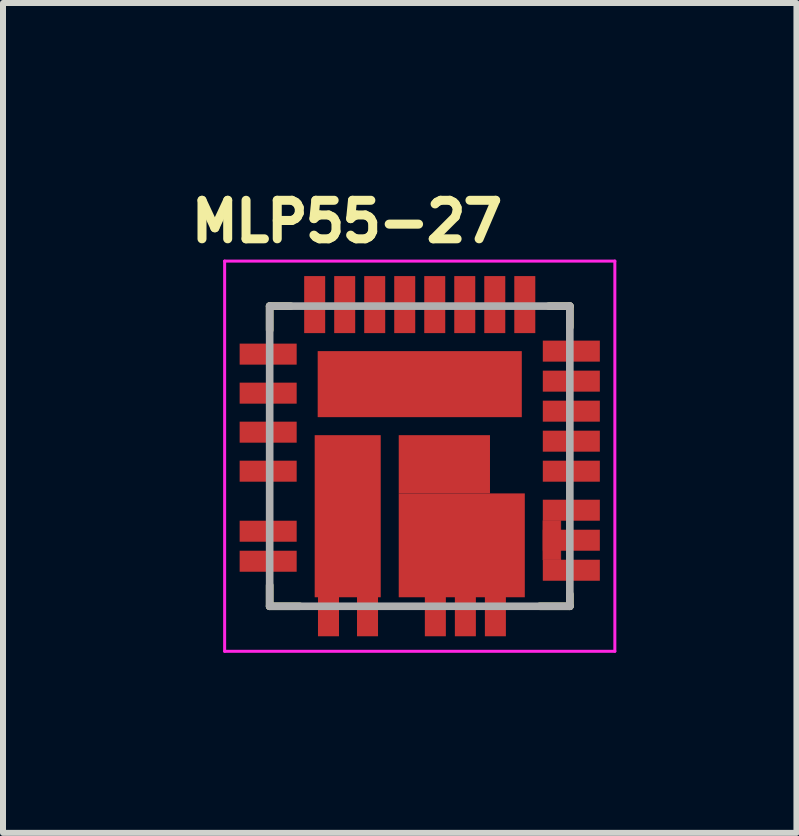
<source format=kicad_pcb>
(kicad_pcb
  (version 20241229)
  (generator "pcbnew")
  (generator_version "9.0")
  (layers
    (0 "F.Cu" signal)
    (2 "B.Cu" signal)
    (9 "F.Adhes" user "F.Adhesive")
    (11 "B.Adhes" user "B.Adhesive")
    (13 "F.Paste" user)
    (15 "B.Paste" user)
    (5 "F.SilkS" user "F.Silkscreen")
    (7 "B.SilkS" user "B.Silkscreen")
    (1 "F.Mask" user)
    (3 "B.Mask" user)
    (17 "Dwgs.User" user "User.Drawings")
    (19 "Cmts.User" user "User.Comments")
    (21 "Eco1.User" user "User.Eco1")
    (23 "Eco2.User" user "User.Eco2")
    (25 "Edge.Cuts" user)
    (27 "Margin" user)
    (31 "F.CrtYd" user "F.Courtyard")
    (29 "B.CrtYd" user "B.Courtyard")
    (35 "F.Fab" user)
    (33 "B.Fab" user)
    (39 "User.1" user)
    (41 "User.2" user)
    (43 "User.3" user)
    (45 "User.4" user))
  (footprint "MLP55-27"
    (layer "F.Cu")
    (at 3.942 4.549)
    (property "Reference" "MLP55-27" (at -1.212 -3.91 0) (layer "F.SilkS") (effects (font (size 0.642 0.642) (thickness 0.15))))
    (attr smd)
    (fp_poly (pts (xy 2.052 1.075) (xy 2.35 1.075) (xy 2.35 1.727) (xy 2.052 1.727)) (stroke (width 0.01) (type solid)) (fill yes) (layer "F.Cu"))
    (fp_poly (pts (xy 1.952 1.05) (xy 2.4 1.05) (xy 2.4 2.004) (xy 1.952 2.004)) (stroke (width 0.01) (type solid)) (fill yes) (layer "F.Mask"))
    (fp_line (start -2.5 -2.5) (end -2.15 -2.5) (stroke (width 0.127) (type solid)) (layer "F.SilkS"))
    (fp_line (start -2.5 -2.1) (end -2.5 -2.5) (stroke (width 0.127) (type solid)) (layer "F.SilkS"))
    (fp_line (start -2.5 2.15) (end -2.5 2.5) (stroke (width 0.127) (type solid)) (layer "F.SilkS"))
    (fp_line (start -2.5 2.5) (end -2 2.5) (stroke (width 0.127) (type solid)) (layer "F.SilkS"))
    (fp_line (start 2.15 -2.5) (end 2.5 -2.5) (stroke (width 0.127) (type solid)) (layer "F.SilkS"))
    (fp_line (start 2.5 -2.5) (end 2.5 -2.15) (stroke (width 0.127) (type solid)) (layer "F.SilkS"))
    (fp_line (start 2.5 2.3) (end 2.5 2.5) (stroke (width 0.127) (type solid)) (layer "F.SilkS"))
    (fp_line (start 2.5 2.5) (end 2 2.5) (stroke (width 0.127) (type solid)) (layer "F.SilkS"))
    (fp_poly (pts (xy 2.05 1.075) (xy 2.35 1.075) (xy 2.35 1.725) (xy 2.05 1.725)) (stroke (width 0.01) (type solid)) (fill yes) (layer "F.Paste"))
    (fp_line (start -3.25 -3.25) (end 3.25 -3.25) (stroke (width 0.05) (type solid)) (layer "F.CrtYd"))
    (fp_line (start -3.25 3.25) (end -3.25 -3.25) (stroke (width 0.05) (type solid)) (layer "F.CrtYd"))
    (fp_line (start 3.25 -3.25) (end 3.25 3.25) (stroke (width 0.05) (type solid)) (layer "F.CrtYd"))
    (fp_line (start 3.25 3.25) (end -3.25 3.25) (stroke (width 0.05) (type solid)) (layer "F.CrtYd"))
    (fp_line (start -2.5 -2.5) (end 2.5 -2.5) (stroke (width 0.127) (type solid)) (layer "F.Fab"))
    (fp_line (start -2.5 2.5) (end -2.5 -2.5) (stroke (width 0.127) (type solid)) (layer "F.Fab"))
    (fp_line (start 2.5 -2.5) (end 2.5 2.5) (stroke (width 0.127) (type solid)) (layer "F.Fab"))
    (fp_line (start 2.5 2.5) (end -2.5 2.5) (stroke (width 0.127) (type solid)) (layer "F.Fab"))
    (pad "1" smd rect (at -2.525 -1.7) (size 0.95 0.35) (layers "F.Cu" "F.Mask" "F.Paste"))
    (pad "2" smd rect (at -2.525 -1.05) (size 0.95 0.35) (layers "F.Cu" "F.Mask" "F.Paste"))
    (pad "3" smd rect (at -2.525 -0.4) (size 0.95 0.35) (layers "F.Cu" "F.Mask" "F.Paste"))
    (pad "4" smd rect (at -2.525 0.25) (size 0.95 0.35) (layers "F.Cu" "F.Mask" "F.Paste"))
    (pad "5" smd rect (at -2.525 1.25) (size 0.95 0.35) (layers "F.Cu" "F.Mask" "F.Paste"))
    (pad "6" smd rect (at -2.525 1.75) (size 0.95 0.35) (layers "F.Cu" "F.Mask" "F.Paste"))
    (pad "7" smd rect (at -1.52 2.525) (size 0.35 0.95) (layers "F.Cu" "F.Mask" "F.Paste"))
    (pad "8" smd rect (at -0.87 2.525) (size 0.35 0.95) (layers "F.Cu" "F.Mask" "F.Paste"))
    (pad "9" smd rect (at 0.26 2.525) (size 0.35 0.95) (layers "F.Cu" "F.Mask" "F.Paste"))
    (pad "10" smd rect (at 0.76 2.525) (size 0.35 0.95) (layers "F.Cu" "F.Mask" "F.Paste"))
    (pad "11" smd rect (at 1.26 2.525) (size 0.35 0.95) (layers "F.Cu" "F.Mask" "F.Paste"))
    (pad "12" smd rect (at 2.525 1.9) (size 0.95 0.35) (layers "F.Cu" "F.Mask" "F.Paste"))
    (pad "13" smd rect (at 2.525 1.4) (size 0.95 0.35) (layers "F.Cu" "F.Mask" "F.Paste"))
    (pad "14" smd rect (at 2.525 0.9) (size 0.95 0.35) (layers "F.Cu" "F.Mask" "F.Paste"))
    (pad "15" smd rect (at 2.525 0.25) (size 0.95 0.35) (layers "F.Cu" "F.Mask" "F.Paste"))
    (pad "16" smd rect (at 2.525 -0.25) (size 0.95 0.35) (layers "F.Cu" "F.Mask" "F.Paste"))
    (pad "17" smd rect (at 2.525 -0.75) (size 0.95 0.35) (layers "F.Cu" "F.Mask" "F.Paste"))
    (pad "18" smd rect (at 2.525 -1.25) (size 0.95 0.35) (layers "F.Cu" "F.Mask" "F.Paste"))
    (pad "19" smd rect (at 2.525 -1.75) (size 0.95 0.35) (layers "F.Cu" "F.Mask" "F.Paste"))
    (pad "20" smd rect (at 1.75 -2.525) (size 0.35 0.95) (layers "F.Cu" "F.Mask" "F.Paste"))
    (pad "21" smd rect (at 1.25 -2.525) (size 0.35 0.95) (layers "F.Cu" "F.Mask" "F.Paste"))
    (pad "22" smd rect (at 0.75 -2.525) (size 0.35 0.95) (layers "F.Cu" "F.Mask" "F.Paste"))
    (pad "23" smd rect (at 0.25 -2.525) (size 0.35 0.95) (layers "F.Cu" "F.Mask" "F.Paste"))
    (pad "24" smd rect (at -0.25 -2.525) (size 0.35 0.95) (layers "F.Cu" "F.Mask" "F.Paste"))
    (pad "25" smd rect (at -0.75 -2.525) (size 0.35 0.95) (layers "F.Cu" "F.Mask" "F.Paste"))
    (pad "26" smd rect (at -1.25 -2.525) (size 0.35 0.95) (layers "F.Cu" "F.Mask" "F.Paste"))
    (pad "27" smd rect (at -1.75 -2.525) (size 0.35 0.95) (layers "F.Cu" "F.Mask" "F.Paste"))
    (pad "28" smd rect (at 0 -1.2) (size 3.4 1.1) (layers "F.Cu" "F.Mask" "F.Paste"))
    (pad "29" smd rect (at -1.2 1) (size 1.1 2.7) (layers "F.Cu" "F.Mask" "F.Paste"))
    (pad "30" smd rect (at 0.41 0.135) (size 1.52 0.97) (layers "F.Cu" "F.Mask" "F.Paste"))
    (pad "31" smd rect (at 0.7 1.485) (size 2.1 1.73) (layers "F.Cu" "F.Mask" "F.Paste")))
  (gr_rect
    (start -3 -3)
    (end 10.217 10.824)
    (stroke (width 0.1) (type default))
    (fill no)
    (layer "Edge.Cuts")))
</source>
